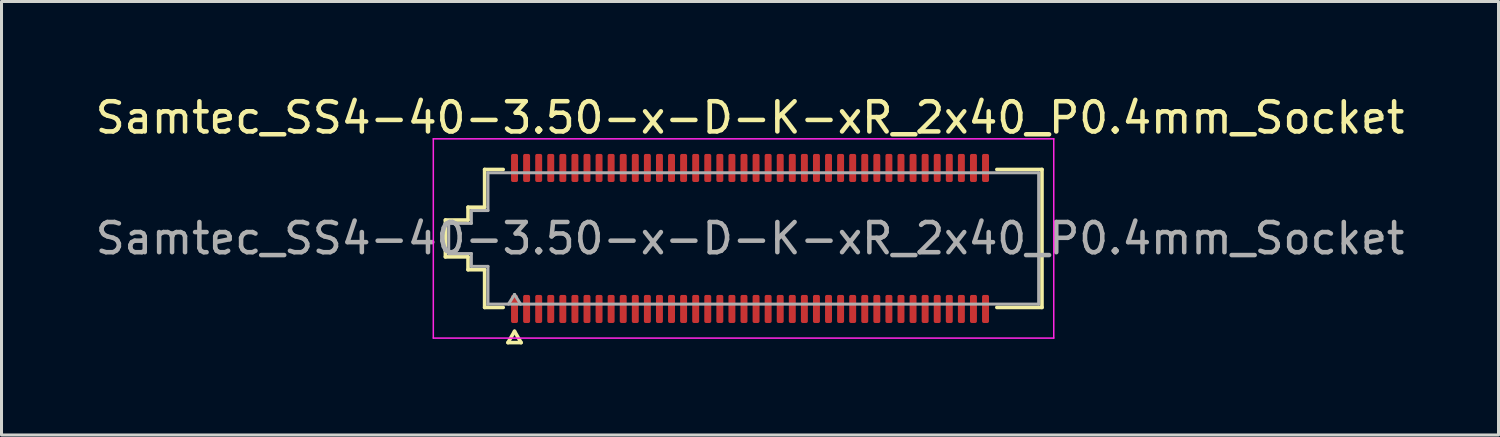
<source format=kicad_pcb>
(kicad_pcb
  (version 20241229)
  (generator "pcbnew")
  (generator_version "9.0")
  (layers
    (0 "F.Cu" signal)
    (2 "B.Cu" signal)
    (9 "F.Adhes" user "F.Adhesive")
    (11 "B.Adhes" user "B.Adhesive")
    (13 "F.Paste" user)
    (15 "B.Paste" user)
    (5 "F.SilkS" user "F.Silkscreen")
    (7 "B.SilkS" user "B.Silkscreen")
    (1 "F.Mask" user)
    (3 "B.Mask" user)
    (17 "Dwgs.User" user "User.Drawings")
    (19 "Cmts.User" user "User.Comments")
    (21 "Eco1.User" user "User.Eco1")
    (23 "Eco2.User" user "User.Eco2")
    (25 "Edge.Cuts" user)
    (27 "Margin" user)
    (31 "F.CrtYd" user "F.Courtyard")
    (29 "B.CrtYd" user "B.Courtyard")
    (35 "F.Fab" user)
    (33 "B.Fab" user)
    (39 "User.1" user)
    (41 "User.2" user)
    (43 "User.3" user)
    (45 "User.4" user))
  (footprint "Samtec_SS4-40-3.50-x-D-K-xR_2x40_P0.4mm_Socket"
    (layer "F.Cu")
    (at 21.792 4.848)
    (property "Reference" "Samtec_SS4-40-3.50-x-D-K-xR_2x40_P0.4mm_Socket" (at 0 -4 0) (layer "F.SilkS") (effects (font (size 1 1) (thickness 0.15))))
    (attr smd)
    (fp_line (start -10.09 -0.61) (end -9.34 -0.61) (stroke (width 0.12) (type solid)) (layer "F.SilkS"))
    (fp_line (start -10.09 0.61) (end -10.09 -0.61) (stroke (width 0.12) (type solid)) (layer "F.SilkS"))
    (fp_line (start -9.34 -1.035) (end -8.79 -1.035) (stroke (width 0.12) (type solid)) (layer "F.SilkS"))
    (fp_line (start -9.34 -0.61) (end -9.34 -1.035) (stroke (width 0.12) (type solid)) (layer "F.SilkS"))
    (fp_line (start -9.34 0.61) (end -10.09 0.61) (stroke (width 0.12) (type solid)) (layer "F.SilkS"))
    (fp_line (start -9.34 1.035) (end -9.34 0.61) (stroke (width 0.12) (type solid)) (layer "F.SilkS"))
    (fp_line (start -8.79 -2.285) (end -8.175 -2.285) (stroke (width 0.12) (type solid)) (layer "F.SilkS"))
    (fp_line (start -8.79 -1.035) (end -8.79 -2.285) (stroke (width 0.12) (type solid)) (layer "F.SilkS"))
    (fp_line (start -8.79 1.035) (end -9.34 1.035) (stroke (width 0.12) (type solid)) (layer "F.SilkS"))
    (fp_line (start -8.79 2.285) (end -8.79 1.035) (stroke (width 0.12) (type solid)) (layer "F.SilkS"))
    (fp_line (start -8.175 2.285) (end -8.79 2.285) (stroke (width 0.12) (type solid)) (layer "F.SilkS"))
    (fp_line (start -8.017 3.45) (end -7.8 3.075) (stroke (width 0.12) (type solid)) (layer "F.SilkS"))
    (fp_line (start -7.8 3.075) (end -7.583 3.45) (stroke (width 0.12) (type solid)) (layer "F.SilkS"))
    (fp_line (start -7.583 3.45) (end -8.017 3.45) (stroke (width 0.12) (type solid)) (layer "F.SilkS"))
    (fp_line (start 8.175 -2.285) (end 9.67 -2.285) (stroke (width 0.12) (type solid)) (layer "F.SilkS"))
    (fp_line (start 9.67 -2.285) (end 9.67 2.285) (stroke (width 0.12) (type solid)) (layer "F.SilkS"))
    (fp_line (start 9.67 2.285) (end 8.175 2.285) (stroke (width 0.12) (type solid)) (layer "F.SilkS"))
    (fp_line (start -10.49 -3.3) (end -10.49 3.3) (stroke (width 0.05) (type solid)) (layer "F.CrtYd"))
    (fp_line (start -10.49 3.3) (end 10.06 3.3) (stroke (width 0.05) (type solid)) (layer "F.CrtYd"))
    (fp_line (start 10.06 -3.3) (end -10.49 -3.3) (stroke (width 0.05) (type solid)) (layer "F.CrtYd"))
    (fp_line (start 10.06 3.3) (end 10.06 -3.3) (stroke (width 0.05) (type solid)) (layer "F.CrtYd"))
    (fp_line (start -9.98 -0.5) (end -9.23 -0.5) (stroke (width 0.1) (type solid)) (layer "F.Fab"))
    (fp_line (start -9.98 0.5) (end -9.98 -0.5) (stroke (width 0.1) (type solid)) (layer "F.Fab"))
    (fp_line (start -9.23 -0.925) (end -8.68 -0.925) (stroke (width 0.1) (type solid)) (layer "F.Fab"))
    (fp_line (start -9.23 -0.5) (end -9.23 -0.925) (stroke (width 0.1) (type solid)) (layer "F.Fab"))
    (fp_line (start -9.23 0.5) (end -9.98 0.5) (stroke (width 0.1) (type solid)) (layer "F.Fab"))
    (fp_line (start -9.23 0.925) (end -9.23 0.5) (stroke (width 0.1) (type solid)) (layer "F.Fab"))
    (fp_line (start -8.68 -2.175) (end 9.56 -2.175) (stroke (width 0.1) (type solid)) (layer "F.Fab"))
    (fp_line (start -8.68 -0.925) (end -8.68 -2.175) (stroke (width 0.1) (type solid)) (layer "F.Fab"))
    (fp_line (start -8.68 0.925) (end -9.23 0.925) (stroke (width 0.1) (type solid)) (layer "F.Fab"))
    (fp_line (start -8.68 2.175) (end -8.68 0.925) (stroke (width 0.1) (type solid)) (layer "F.Fab"))
    (fp_line (start -8 2.175) (end -7.8 1.855) (stroke (width 0.1) (type solid)) (layer "F.Fab"))
    (fp_line (start -7.8 1.855) (end -7.6 2.175) (stroke (width 0.1) (type solid)) (layer "F.Fab"))
    (fp_line (start 9.56 -2.175) (end 9.56 2.175) (stroke (width 0.1) (type solid)) (layer "F.Fab"))
    (fp_line (start 9.56 2.175) (end -8.68 2.175) (stroke (width 0.1) (type solid)) (layer "F.Fab"))
    (fp_text user "${REFERENCE}" (at 0 0 0) (layer "F.Fab") (effects (font (size 1 1) (thickness 0.15))))
    (pad "1" smd roundrect (at -7.8 2.335) (size 0.23 0.93) (layers "F.Cu" "F.Mask" "F.Paste") (roundrect_rratio 0.25))
    (pad "2" smd roundrect (at -7.8 -2.335) (size 0.23 0.93) (layers "F.Cu" "F.Mask" "F.Paste") (roundrect_rratio 0.25))
    (pad "3" smd roundrect (at -7.4 2.335) (size 0.23 0.93) (layers "F.Cu" "F.Mask" "F.Paste") (roundrect_rratio 0.25))
    (pad "4" smd roundrect (at -7.4 -2.335) (size 0.23 0.93) (layers "F.Cu" "F.Mask" "F.Paste") (roundrect_rratio 0.25))
    (pad "5" smd roundrect (at -7 2.335) (size 0.23 0.93) (layers "F.Cu" "F.Mask" "F.Paste") (roundrect_rratio 0.25))
    (pad "6" smd roundrect (at -7 -2.335) (size 0.23 0.93) (layers "F.Cu" "F.Mask" "F.Paste") (roundrect_rratio 0.25))
    (pad "7" smd roundrect (at -6.6 2.335) (size 0.23 0.93) (layers "F.Cu" "F.Mask" "F.Paste") (roundrect_rratio 0.25))
    (pad "8" smd roundrect (at -6.6 -2.335) (size 0.23 0.93) (layers "F.Cu" "F.Mask" "F.Paste") (roundrect_rratio 0.25))
    (pad "9" smd roundrect (at -6.2 2.335) (size 0.23 0.93) (layers "F.Cu" "F.Mask" "F.Paste") (roundrect_rratio 0.25))
    (pad "10" smd roundrect (at -6.2 -2.335) (size 0.23 0.93) (layers "F.Cu" "F.Mask" "F.Paste") (roundrect_rratio 0.25))
    (pad "11" smd roundrect (at -5.8 2.335) (size 0.23 0.93) (layers "F.Cu" "F.Mask" "F.Paste") (roundrect_rratio 0.25))
    (pad "12" smd roundrect (at -5.8 -2.335) (size 0.23 0.93) (layers "F.Cu" "F.Mask" "F.Paste") (roundrect_rratio 0.25))
    (pad "13" smd roundrect (at -5.4 2.335) (size 0.23 0.93) (layers "F.Cu" "F.Mask" "F.Paste") (roundrect_rratio 0.25))
    (pad "14" smd roundrect (at -5.4 -2.335) (size 0.23 0.93) (layers "F.Cu" "F.Mask" "F.Paste") (roundrect_rratio 0.25))
    (pad "15" smd roundrect (at -5 2.335) (size 0.23 0.93) (layers "F.Cu" "F.Mask" "F.Paste") (roundrect_rratio 0.25))
    (pad "16" smd roundrect (at -5 -2.335) (size 0.23 0.93) (layers "F.Cu" "F.Mask" "F.Paste") (roundrect_rratio 0.25))
    (pad "17" smd roundrect (at -4.6 2.335) (size 0.23 0.93) (layers "F.Cu" "F.Mask" "F.Paste") (roundrect_rratio 0.25))
    (pad "18" smd roundrect (at -4.6 -2.335) (size 0.23 0.93) (layers "F.Cu" "F.Mask" "F.Paste") (roundrect_rratio 0.25))
    (pad "19" smd roundrect (at -4.2 2.335) (size 0.23 0.93) (layers "F.Cu" "F.Mask" "F.Paste") (roundrect_rratio 0.25))
    (pad "20" smd roundrect (at -4.2 -2.335) (size 0.23 0.93) (layers "F.Cu" "F.Mask" "F.Paste") (roundrect_rratio 0.25))
    (pad "21" smd roundrect (at -3.8 2.335) (size 0.23 0.93) (layers "F.Cu" "F.Mask" "F.Paste") (roundrect_rratio 0.25))
    (pad "22" smd roundrect (at -3.8 -2.335) (size 0.23 0.93) (layers "F.Cu" "F.Mask" "F.Paste") (roundrect_rratio 0.25))
    (pad "23" smd roundrect (at -3.4 2.335) (size 0.23 0.93) (layers "F.Cu" "F.Mask" "F.Paste") (roundrect_rratio 0.25))
    (pad "24" smd roundrect (at -3.4 -2.335) (size 0.23 0.93) (layers "F.Cu" "F.Mask" "F.Paste") (roundrect_rratio 0.25))
    (pad "25" smd roundrect (at -3 2.335) (size 0.23 0.93) (layers "F.Cu" "F.Mask" "F.Paste") (roundrect_rratio 0.25))
    (pad "26" smd roundrect (at -3 -2.335) (size 0.23 0.93) (layers "F.Cu" "F.Mask" "F.Paste") (roundrect_rratio 0.25))
    (pad "27" smd roundrect (at -2.6 2.335) (size 0.23 0.93) (layers "F.Cu" "F.Mask" "F.Paste") (roundrect_rratio 0.25))
    (pad "28" smd roundrect (at -2.6 -2.335) (size 0.23 0.93) (layers "F.Cu" "F.Mask" "F.Paste") (roundrect_rratio 0.25))
    (pad "29" smd roundrect (at -2.2 2.335) (size 0.23 0.93) (layers "F.Cu" "F.Mask" "F.Paste") (roundrect_rratio 0.25))
    (pad "30" smd roundrect (at -2.2 -2.335) (size 0.23 0.93) (layers "F.Cu" "F.Mask" "F.Paste") (roundrect_rratio 0.25))
    (pad "31" smd roundrect (at -1.8 2.335) (size 0.23 0.93) (layers "F.Cu" "F.Mask" "F.Paste") (roundrect_rratio 0.25))
    (pad "32" smd roundrect (at -1.8 -2.335) (size 0.23 0.93) (layers "F.Cu" "F.Mask" "F.Paste") (roundrect_rratio 0.25))
    (pad "33" smd roundrect (at -1.4 2.335) (size 0.23 0.93) (layers "F.Cu" "F.Mask" "F.Paste") (roundrect_rratio 0.25))
    (pad "34" smd roundrect (at -1.4 -2.335) (size 0.23 0.93) (layers "F.Cu" "F.Mask" "F.Paste") (roundrect_rratio 0.25))
    (pad "35" smd roundrect (at -1 2.335) (size 0.23 0.93) (layers "F.Cu" "F.Mask" "F.Paste") (roundrect_rratio 0.25))
    (pad "36" smd roundrect (at -1 -2.335) (size 0.23 0.93) (layers "F.Cu" "F.Mask" "F.Paste") (roundrect_rratio 0.25))
    (pad "37" smd roundrect (at -0.6 2.335) (size 0.23 0.93) (layers "F.Cu" "F.Mask" "F.Paste") (roundrect_rratio 0.25))
    (pad "38" smd roundrect (at -0.6 -2.335) (size 0.23 0.93) (layers "F.Cu" "F.Mask" "F.Paste") (roundrect_rratio 0.25))
    (pad "39" smd roundrect (at -0.2 2.335) (size 0.23 0.93) (layers "F.Cu" "F.Mask" "F.Paste") (roundrect_rratio 0.25))
    (pad "40" smd roundrect (at -0.2 -2.335) (size 0.23 0.93) (layers "F.Cu" "F.Mask" "F.Paste") (roundrect_rratio 0.25))
    (pad "41" smd roundrect (at 0.2 2.335) (size 0.23 0.93) (layers "F.Cu" "F.Mask" "F.Paste") (roundrect_rratio 0.25))
    (pad "42" smd roundrect (at 0.2 -2.335) (size 0.23 0.93) (layers "F.Cu" "F.Mask" "F.Paste") (roundrect_rratio 0.25))
    (pad "43" smd roundrect (at 0.6 2.335) (size 0.23 0.93) (layers "F.Cu" "F.Mask" "F.Paste") (roundrect_rratio 0.25))
    (pad "44" smd roundrect (at 0.6 -2.335) (size 0.23 0.93) (layers "F.Cu" "F.Mask" "F.Paste") (roundrect_rratio 0.25))
    (pad "45" smd roundrect (at 1 2.335) (size 0.23 0.93) (layers "F.Cu" "F.Mask" "F.Paste") (roundrect_rratio 0.25))
    (pad "46" smd roundrect (at 1 -2.335) (size 0.23 0.93) (layers "F.Cu" "F.Mask" "F.Paste") (roundrect_rratio 0.25))
    (pad "47" smd roundrect (at 1.4 2.335) (size 0.23 0.93) (layers "F.Cu" "F.Mask" "F.Paste") (roundrect_rratio 0.25))
    (pad "48" smd roundrect (at 1.4 -2.335) (size 0.23 0.93) (layers "F.Cu" "F.Mask" "F.Paste") (roundrect_rratio 0.25))
    (pad "49" smd roundrect (at 1.8 2.335) (size 0.23 0.93) (layers "F.Cu" "F.Mask" "F.Paste") (roundrect_rratio 0.25))
    (pad "50" smd roundrect (at 1.8 -2.335) (size 0.23 0.93) (layers "F.Cu" "F.Mask" "F.Paste") (roundrect_rratio 0.25))
    (pad "51" smd roundrect (at 2.2 2.335) (size 0.23 0.93) (layers "F.Cu" "F.Mask" "F.Paste") (roundrect_rratio 0.25))
    (pad "52" smd roundrect (at 2.2 -2.335) (size 0.23 0.93) (layers "F.Cu" "F.Mask" "F.Paste") (roundrect_rratio 0.25))
    (pad "53" smd roundrect (at 2.6 2.335) (size 0.23 0.93) (layers "F.Cu" "F.Mask" "F.Paste") (roundrect_rratio 0.25))
    (pad "54" smd roundrect (at 2.6 -2.335) (size 0.23 0.93) (layers "F.Cu" "F.Mask" "F.Paste") (roundrect_rratio 0.25))
    (pad "55" smd roundrect (at 3 2.335) (size 0.23 0.93) (layers "F.Cu" "F.Mask" "F.Paste") (roundrect_rratio 0.25))
    (pad "56" smd roundrect (at 3 -2.335) (size 0.23 0.93) (layers "F.Cu" "F.Mask" "F.Paste") (roundrect_rratio 0.25))
    (pad "57" smd roundrect (at 3.4 2.335) (size 0.23 0.93) (layers "F.Cu" "F.Mask" "F.Paste") (roundrect_rratio 0.25))
    (pad "58" smd roundrect (at 3.4 -2.335) (size 0.23 0.93) (layers "F.Cu" "F.Mask" "F.Paste") (roundrect_rratio 0.25))
    (pad "59" smd roundrect (at 3.8 2.335) (size 0.23 0.93) (layers "F.Cu" "F.Mask" "F.Paste") (roundrect_rratio 0.25))
    (pad "60" smd roundrect (at 3.8 -2.335) (size 0.23 0.93) (layers "F.Cu" "F.Mask" "F.Paste") (roundrect_rratio 0.25))
    (pad "61" smd roundrect (at 4.2 2.335) (size 0.23 0.93) (layers "F.Cu" "F.Mask" "F.Paste") (roundrect_rratio 0.25))
    (pad "62" smd roundrect (at 4.2 -2.335) (size 0.23 0.93) (layers "F.Cu" "F.Mask" "F.Paste") (roundrect_rratio 0.25))
    (pad "63" smd roundrect (at 4.6 2.335) (size 0.23 0.93) (layers "F.Cu" "F.Mask" "F.Paste") (roundrect_rratio 0.25))
    (pad "64" smd roundrect (at 4.6 -2.335) (size 0.23 0.93) (layers "F.Cu" "F.Mask" "F.Paste") (roundrect_rratio 0.25))
    (pad "65" smd roundrect (at 5 2.335) (size 0.23 0.93) (layers "F.Cu" "F.Mask" "F.Paste") (roundrect_rratio 0.25))
    (pad "66" smd roundrect (at 5 -2.335) (size 0.23 0.93) (layers "F.Cu" "F.Mask" "F.Paste") (roundrect_rratio 0.25))
    (pad "67" smd roundrect (at 5.4 2.335) (size 0.23 0.93) (layers "F.Cu" "F.Mask" "F.Paste") (roundrect_rratio 0.25))
    (pad "68" smd roundrect (at 5.4 -2.335) (size 0.23 0.93) (layers "F.Cu" "F.Mask" "F.Paste") (roundrect_rratio 0.25))
    (pad "69" smd roundrect (at 5.8 2.335) (size 0.23 0.93) (layers "F.Cu" "F.Mask" "F.Paste") (roundrect_rratio 0.25))
    (pad "70" smd roundrect (at 5.8 -2.335) (size 0.23 0.93) (layers "F.Cu" "F.Mask" "F.Paste") (roundrect_rratio 0.25))
    (pad "71" smd roundrect (at 6.2 2.335) (size 0.23 0.93) (layers "F.Cu" "F.Mask" "F.Paste") (roundrect_rratio 0.25))
    (pad "72" smd roundrect (at 6.2 -2.335) (size 0.23 0.93) (layers "F.Cu" "F.Mask" "F.Paste") (roundrect_rratio 0.25))
    (pad "73" smd roundrect (at 6.6 2.335) (size 0.23 0.93) (layers "F.Cu" "F.Mask" "F.Paste") (roundrect_rratio 0.25))
    (pad "74" smd roundrect (at 6.6 -2.335) (size 0.23 0.93) (layers "F.Cu" "F.Mask" "F.Paste") (roundrect_rratio 0.25))
    (pad "75" smd roundrect (at 7 2.335) (size 0.23 0.93) (layers "F.Cu" "F.Mask" "F.Paste") (roundrect_rratio 0.25))
    (pad "76" smd roundrect (at 7 -2.335) (size 0.23 0.93) (layers "F.Cu" "F.Mask" "F.Paste") (roundrect_rratio 0.25))
    (pad "77" smd roundrect (at 7.4 2.335) (size 0.23 0.93) (layers "F.Cu" "F.Mask" "F.Paste") (roundrect_rratio 0.25))
    (pad "78" smd roundrect (at 7.4 -2.335) (size 0.23 0.93) (layers "F.Cu" "F.Mask" "F.Paste") (roundrect_rratio 0.25))
    (pad "79" smd roundrect (at 7.8 2.335) (size 0.23 0.93) (layers "F.Cu" "F.Mask" "F.Paste") (roundrect_rratio 0.25))
    (pad "80" smd roundrect (at 7.8 -2.335) (size 0.23 0.93) (layers "F.Cu" "F.Mask" "F.Paste") (roundrect_rratio 0.25)))
  (gr_rect
    (start -3 -3)
    (end 46.583 11.358)
    (stroke (width 0.1) (type default))
    (fill no)
    (layer "Edge.Cuts")))
</source>
